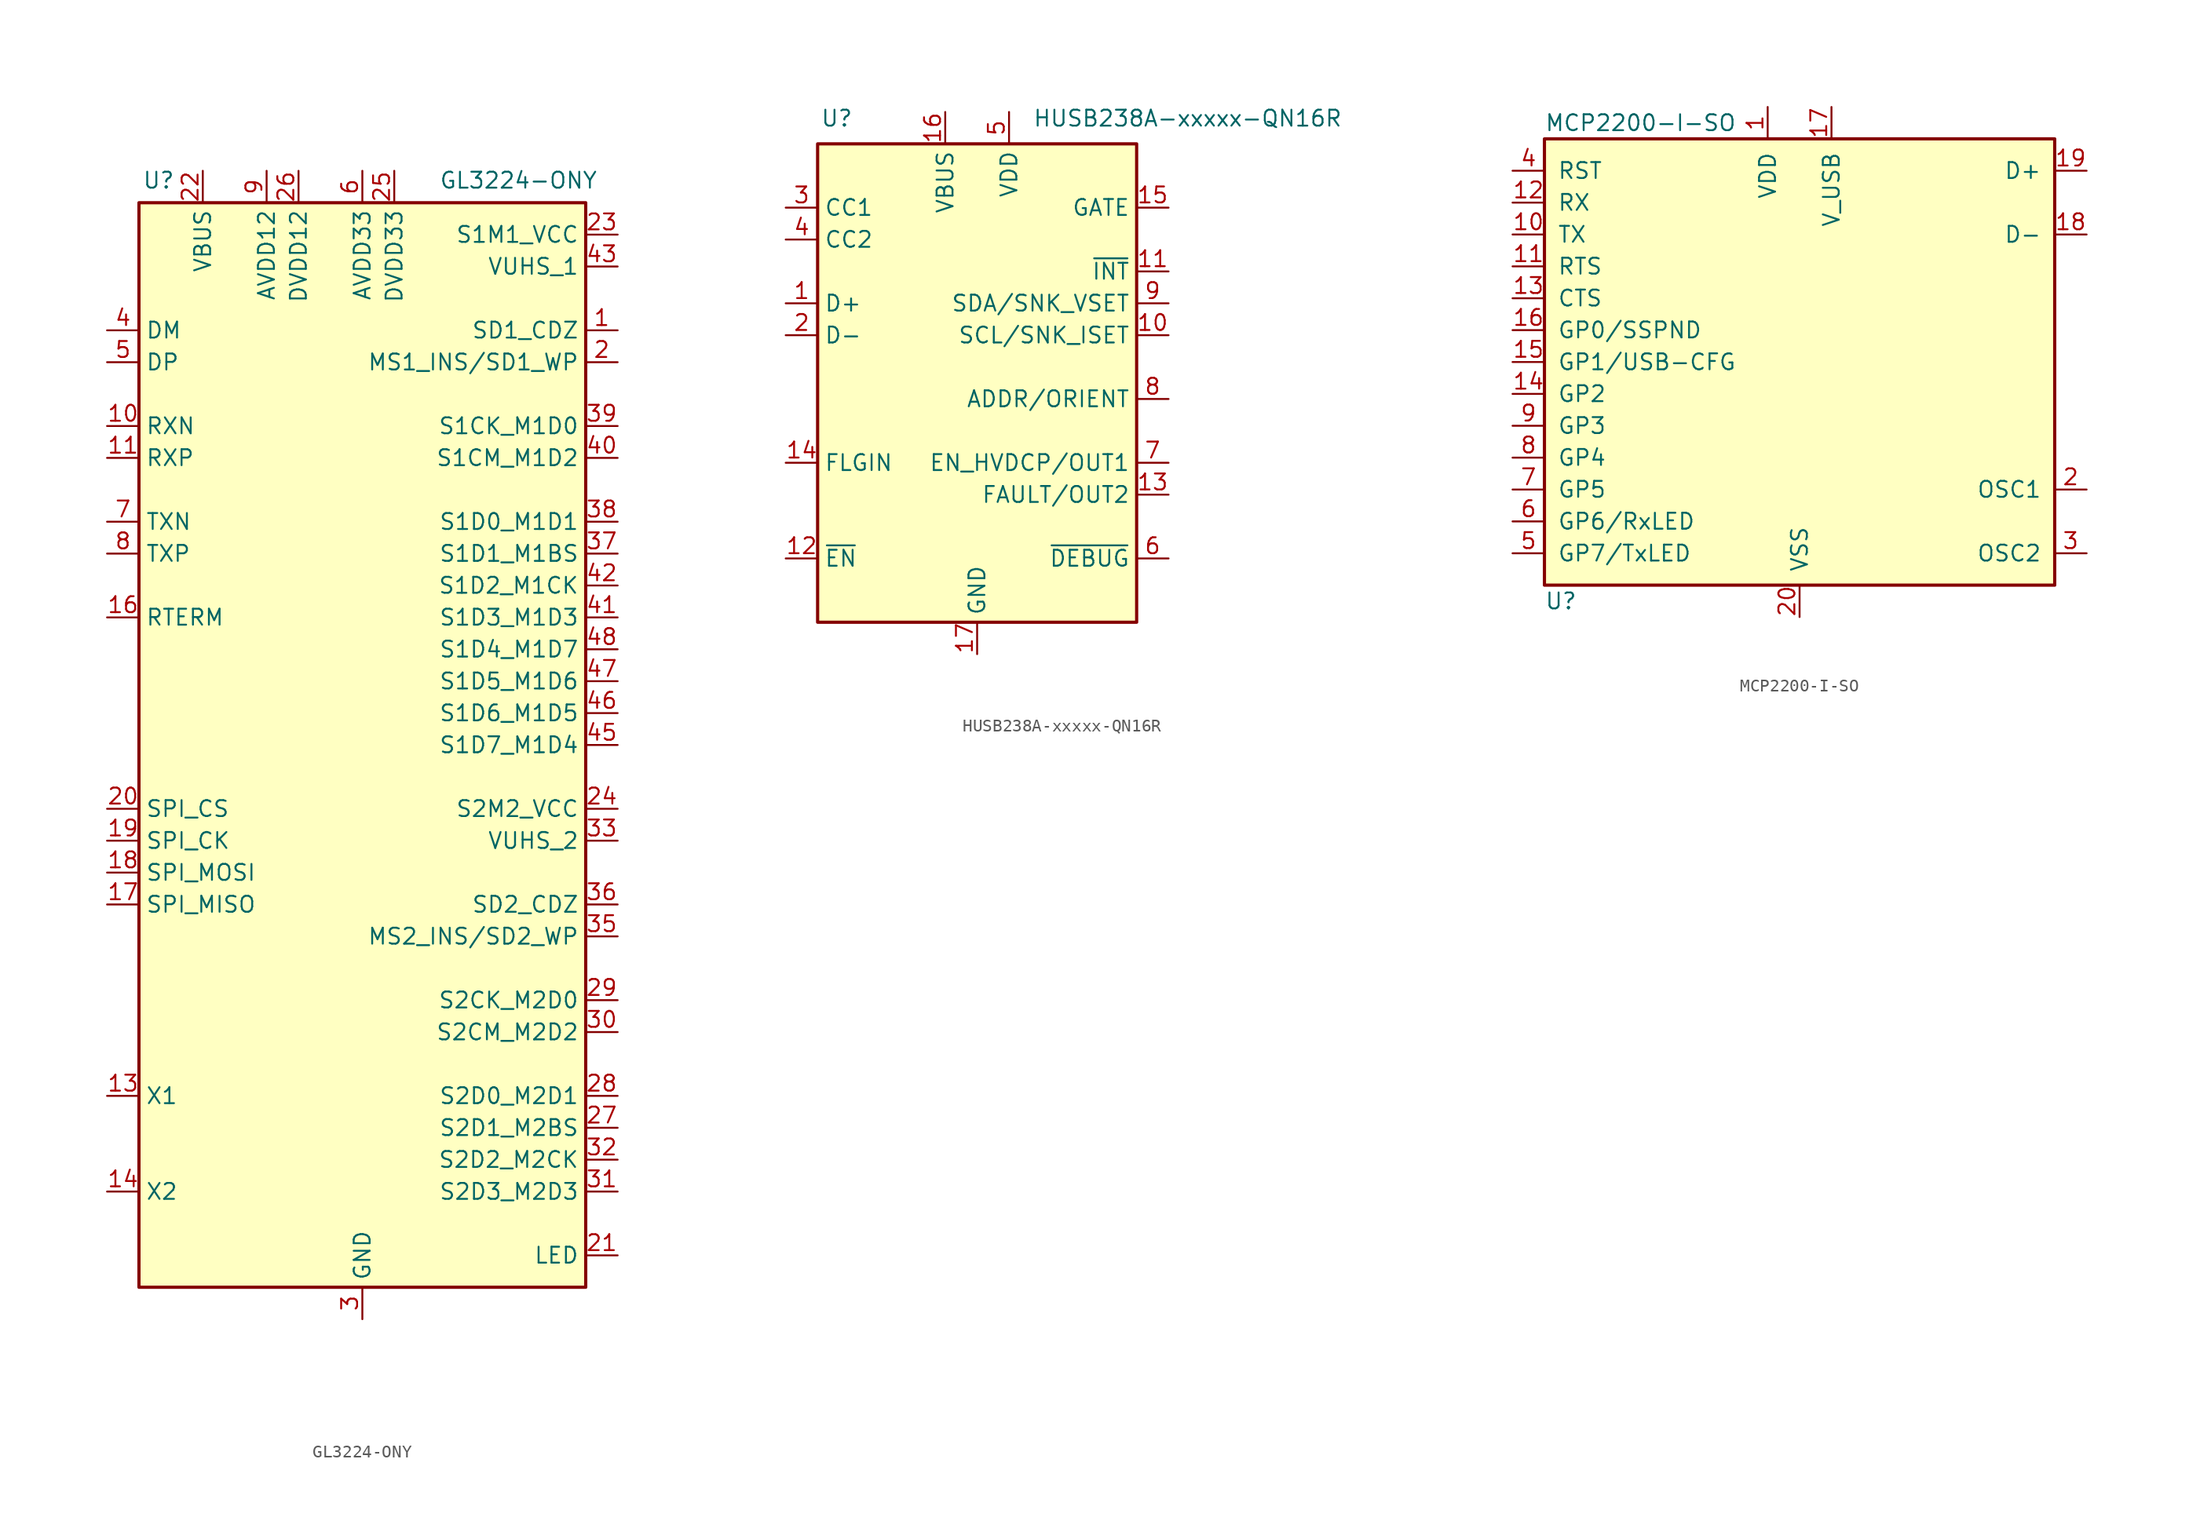
<source format=kicad_sym>
(kicad_symbol_lib
  (version 20241209)
  (generator "kicad_symbol_editor")
  (generator_version "9.0")
  (symbol "GL3224-ONY"
    (property "Reference" "U"
      (at -17.526 44.958 0)
      (effects (font (size 1.27 1.27)) (justify left)))
    (property "Value" "GL3224-ONY"
      (at 6.096 44.958 0)
      (effects (font (size 1.27 1.27)) (justify left)))
    (symbol "GL3224-ONY_1_1"
      (rectangle (start -17.78 43.18) (end 17.78 -43.18) (stroke (width 0.254) (type default)) (fill (type background)))
      (pin bidirectional line (at -20.32 33.02 0) (length 2.54) (name "DM" (effects (font (size 1.27 1.27)))) (number "4" (effects (font (size 1.27 1.27)))))
      (pin bidirectional line (at -20.32 30.48 0) (length 2.54) (name "DP" (effects (font (size 1.27 1.27)))) (number "5" (effects (font (size 1.27 1.27)))))
      (pin input line (at -20.32 25.4 0) (length 2.54) (name "RXN" (effects (font (size 1.27 1.27)))) (number "10" (effects (font (size 1.27 1.27)))))
      (pin input line (at -20.32 22.86 0) (length 2.54) (name "RXP" (effects (font (size 1.27 1.27)))) (number "11" (effects (font (size 1.27 1.27)))))
      (pin output line (at -20.32 17.78 0) (length 2.54) (name "TXN" (effects (font (size 1.27 1.27)))) (number "7" (effects (font (size 1.27 1.27)))))
      (pin output line (at -20.32 15.24 0) (length 2.54) (name "TXP" (effects (font (size 1.27 1.27)))) (number "8" (effects (font (size 1.27 1.27)))))
      (pin passive line (at -20.32 10.16 0) (length 2.54) (name "RTERM" (effects (font (size 1.27 1.27)))) (number "16" (effects (font (size 1.27 1.27)))))
      (pin output line (at -20.32 -5.08 0) (length 2.54) (name "SPI_CS" (effects (font (size 1.27 1.27)))) (number "20" (effects (font (size 1.27 1.27)))))
      (pin output line (at -20.32 -7.62 0) (length 2.54) (name "SPI_CK" (effects (font (size 1.27 1.27)))) (number "19" (effects (font (size 1.27 1.27)))))
      (pin output line (at -20.32 -10.16 0) (length 2.54) (name "SPI_MOSI" (effects (font (size 1.27 1.27)))) (number "18" (effects (font (size 1.27 1.27)))))
      (pin input line (at -20.32 -12.7 0) (length 2.54) (name "SPI_MISO" (effects (font (size 1.27 1.27)))) (number "17" (effects (font (size 1.27 1.27)))))
      (pin input line (at -20.32 -27.94 0) (length 2.54) (name "X1" (effects (font (size 1.27 1.27)))) (number "13" (effects (font (size 1.27 1.27)))))
      (pin output line (at -20.32 -35.56 0) (length 2.54) (name "X2" (effects (font (size 1.27 1.27)))) (number "14" (effects (font (size 1.27 1.27)))))
      (pin power_in line (at -12.7 45.72 270) (length 2.54) (name "VBUS" (effects (font (size 1.27 1.27)))) (number "22" (effects (font (size 1.27 1.27)))))
      (pin power_in line (at -7.62 45.72 270) (length 2.54) (name "AVDD12" (effects (font (size 1.27 1.27)))) (number "9" (effects (font (size 1.27 1.27)))))
      (pin passive line (at -5.08 45.72 270) (length 2.54) (name "DVDD12" (effects (font (size 1.27 1.27)))) (number "26" (effects (font (size 1.27 1.27)))))
      (pin passive line (at 0 45.72 270) (length 2.54) (hide yes) (name "AVDD33" (effects (font (size 1.27 1.27)))) (number "15" (effects (font (size 1.27 1.27)))))
      (pin power_in line (at 0 45.72 270) (length 2.54) (name "AVDD33" (effects (font (size 1.27 1.27)))) (number "6" (effects (font (size 1.27 1.27)))))
      (pin passive line (at 0 -45.72 90) (length 2.54) (hide yes) (name "GND" (effects (font (size 1.27 1.27)))) (number "12" (effects (font (size 1.27 1.27)))))
      (pin power_in line (at 0 -45.72 90) (length 2.54) (name "GND" (effects (font (size 1.27 1.27)))) (number "3" (effects (font (size 1.27 1.27)))))
      (pin passive line (at 0 -45.72 90) (length 2.54) (hide yes) (name "GND" (effects (font (size 1.27 1.27)))) (number "49" (effects (font (size 1.27 1.27)))))
      (pin passive line (at 2.54 45.72 270) (length 2.54) (name "DVDD33" (effects (font (size 1.27 1.27)))) (number "25" (effects (font (size 1.27 1.27)))))
      (pin passive line (at 2.54 45.72 270) (length 2.54) (hide yes) (name "DVDD33" (effects (font (size 1.27 1.27)))) (number "34" (effects (font (size 1.27 1.27)))))
      (pin passive line (at 2.54 45.72 270) (length 2.54) (hide yes) (name "DVDD33" (effects (font (size 1.27 1.27)))) (number "44" (effects (font (size 1.27 1.27)))))
      (pin power_out line (at 20.32 40.64 180) (length 2.54) (name "S1M1_VCC" (effects (font (size 1.27 1.27)))) (number "23" (effects (font (size 1.27 1.27)))))
      (pin power_out line (at 20.32 38.1 180) (length 2.54) (name "VUHS_1" (effects (font (size 1.27 1.27)))) (number "43" (effects (font (size 1.27 1.27)))))
      (pin input line (at 20.32 33.02 180) (length 2.54) (name "SD1_CDZ" (effects (font (size 1.27 1.27)))) (number "1" (effects (font (size 1.27 1.27)))))
      (pin input line (at 20.32 30.48 180) (length 2.54) (name "MS1_INS/SD1_WP" (effects (font (size 1.27 1.27)))) (number "2" (effects (font (size 1.27 1.27)))))
      (pin bidirectional line (at 20.32 25.4 180) (length 2.54) (name "S1CK_M1D0" (effects (font (size 1.27 1.27)))) (number "39" (effects (font (size 1.27 1.27)))))
      (pin bidirectional line (at 20.32 22.86 180) (length 2.54) (name "S1CM_M1D2" (effects (font (size 1.27 1.27)))) (number "40" (effects (font (size 1.27 1.27)))))
      (pin bidirectional line (at 20.32 17.78 180) (length 2.54) (name "S1D0_M1D1" (effects (font (size 1.27 1.27)))) (number "38" (effects (font (size 1.27 1.27)))))
      (pin bidirectional line (at 20.32 15.24 180) (length 2.54) (name "S1D1_M1BS" (effects (font (size 1.27 1.27)))) (number "37" (effects (font (size 1.27 1.27)))))
      (pin bidirectional line (at 20.32 12.7 180) (length 2.54) (name "S1D2_M1CK" (effects (font (size 1.27 1.27)))) (number "42" (effects (font (size 1.27 1.27)))))
      (pin bidirectional line (at 20.32 10.16 180) (length 2.54) (name "S1D3_M1D3" (effects (font (size 1.27 1.27)))) (number "41" (effects (font (size 1.27 1.27)))))
      (pin bidirectional line (at 20.32 7.62 180) (length 2.54) (name "S1D4_M1D7" (effects (font (size 1.27 1.27)))) (number "48" (effects (font (size 1.27 1.27)))))
      (pin bidirectional line (at 20.32 5.08 180) (length 2.54) (name "S1D5_M1D6" (effects (font (size 1.27 1.27)))) (number "47" (effects (font (size 1.27 1.27)))))
      (pin bidirectional line (at 20.32 2.54 180) (length 2.54) (name "S1D6_M1D5" (effects (font (size 1.27 1.27)))) (number "46" (effects (font (size 1.27 1.27)))))
      (pin bidirectional line (at 20.32 0 180) (length 2.54) (name "S1D7_M1D4" (effects (font (size 1.27 1.27)))) (number "45" (effects (font (size 1.27 1.27)))))
      (pin power_out line (at 20.32 -5.08 180) (length 2.54) (name "S2M2_VCC" (effects (font (size 1.27 1.27)))) (number "24" (effects (font (size 1.27 1.27)))))
      (pin power_out line (at 20.32 -7.62 180) (length 2.54) (name "VUHS_2" (effects (font (size 1.27 1.27)))) (number "33" (effects (font (size 1.27 1.27)))))
      (pin input line (at 20.32 -12.7 180) (length 2.54) (name "SD2_CDZ" (effects (font (size 1.27 1.27)))) (number "36" (effects (font (size 1.27 1.27)))))
      (pin input line (at 20.32 -15.24 180) (length 2.54) (name "MS2_INS/SD2_WP" (effects (font (size 1.27 1.27)))) (number "35" (effects (font (size 1.27 1.27)))))
      (pin bidirectional line (at 20.32 -20.32 180) (length 2.54) (name "S2CK_M2D0" (effects (font (size 1.27 1.27)))) (number "29" (effects (font (size 1.27 1.27)))))
      (pin bidirectional line (at 20.32 -22.86 180) (length 2.54) (name "S2CM_M2D2" (effects (font (size 1.27 1.27)))) (number "30" (effects (font (size 1.27 1.27)))))
      (pin bidirectional line (at 20.32 -27.94 180) (length 2.54) (name "S2D0_M2D1" (effects (font (size 1.27 1.27)))) (number "28" (effects (font (size 1.27 1.27)))))
      (pin bidirectional line (at 20.32 -30.48 180) (length 2.54) (name "S2D1_M2BS" (effects (font (size 1.27 1.27)))) (number "27" (effects (font (size 1.27 1.27)))))
      (pin bidirectional line (at 20.32 -33.02 180) (length 2.54) (name "S2D2_M2CK" (effects (font (size 1.27 1.27)))) (number "32" (effects (font (size 1.27 1.27)))))
      (pin bidirectional line (at 20.32 -35.56 180) (length 2.54) (name "S2D3_M2D3" (effects (font (size 1.27 1.27)))) (number "31" (effects (font (size 1.27 1.27)))))
      (pin output line (at 20.32 -40.64 180) (length 2.54) (name "LED" (effects (font (size 1.27 1.27)))) (number "21" (effects (font (size 1.27 1.27)))))))
  (symbol "HUSB238A-xxxxx-QN16R"
    (property "Reference" "U"
      (at -11.176 22.352 0)
      (effects (font (size 1.27 1.27))))
    (property "Value" "HUSB238A-xxxxx-QN16R"
      (at 16.764 22.352 0)
      (effects (font (size 1.27 1.27))))
    (symbol "HUSB238A-xxxxx-QN16R_1_1"
      (rectangle (start -12.7 20.32) (end 12.7 -17.78) (stroke (width 0.254) (type default)) (fill (type background)))
      (pin bidirectional line (at -15.24 15.24 0) (length 2.54) (name "CC1" (effects (font (size 1.27 1.27)))) (number "3" (effects (font (size 1.27 1.27)))))
      (pin bidirectional line (at -15.24 12.7 0) (length 2.54) (name "CC2" (effects (font (size 1.27 1.27)))) (number "4" (effects (font (size 1.27 1.27)))))
      (pin bidirectional line (at -15.24 7.62 0) (length 2.54) (name "D+" (effects (font (size 1.27 1.27)))) (number "1" (effects (font (size 1.27 1.27)))))
      (pin bidirectional line (at -15.24 5.08 0) (length 2.54) (name "D-" (effects (font (size 1.27 1.27)))) (number "2" (effects (font (size 1.27 1.27)))))
      (pin input line (at -15.24 -5.08 0) (length 2.54) (name "FLGIN" (effects (font (size 1.27 1.27)))) (number "14" (effects (font (size 1.27 1.27)))))
      (pin input line (at -15.24 -12.7 0) (length 2.54) (name "~{EN}" (effects (font (size 1.27 1.27)))) (number "12" (effects (font (size 1.27 1.27)))))
      (pin power_in line (at -2.54 22.86 270) (length 2.54) (name "VBUS" (effects (font (size 1.27 1.27)))) (number "16" (effects (font (size 1.27 1.27)))))
      (pin power_in line (at 0 -20.32 90) (length 2.54) (name "GND" (effects (font (size 1.27 1.27)))) (number "17" (effects (font (size 1.27 1.27)))))
      (pin power_in line (at 2.54 22.86 270) (length 2.54) (name "VDD" (effects (font (size 1.27 1.27)))) (number "5" (effects (font (size 1.27 1.27)))))
      (pin open_collector line (at 15.24 15.24 180) (length 2.54) (name "GATE" (effects (font (size 1.27 1.27)))) (number "15" (effects (font (size 1.27 1.27)))))
      (pin open_collector line (at 15.24 10.16 180) (length 2.54) (name "~{INT}" (effects (font (size 1.27 1.27)))) (number "11" (effects (font (size 1.27 1.27)))))
      (pin bidirectional line (at 15.24 7.62 180) (length 2.54) (name "SDA/SNK_VSET" (effects (font (size 1.27 1.27)))) (number "9" (effects (font (size 1.27 1.27)))) (alternate "SDA" bidirectional line) (alternate "SNK_VSET" input line))
      (pin input line (at 15.24 5.08 180) (length 2.54) (name "SCL/SNK_ISET" (effects (font (size 1.27 1.27)))) (number "10" (effects (font (size 1.27 1.27)))) (alternate "SCL" input line) (alternate "SNK_ISET" input line))
      (pin bidirectional line (at 15.24 0 180) (length 2.54) (name "ADDR/ORIENT" (effects (font (size 1.27 1.27)))) (number "8" (effects (font (size 1.27 1.27)))))
      (pin bidirectional line (at 15.24 -5.08 180) (length 2.54) (name "EN_HVDCP/OUT1" (effects (font (size 1.27 1.27)))) (number "7" (effects (font (size 1.27 1.27)))))
      (pin output line (at 15.24 -7.62 180) (length 2.54) (name "FAULT/OUT2" (effects (font (size 1.27 1.27)))) (number "13" (effects (font (size 1.27 1.27)))) (alternate "FAULT" output line) (alternate "OUT2" output line))
      (pin output line (at 15.24 -12.7 180) (length 2.54) (name "~{DEBUG}" (effects (font (size 1.27 1.27)))) (number "6" (effects (font (size 1.27 1.27)))))))
  (symbol "MCP2200-I-SO"
    (pin_names
      (offset 1.016))
    (property "Reference" "U"
      (at -20.32 -19.05 0)
      (effects (font (size 1.27 1.27)) (justify left)))
    (property "Value" "MCP2200-I-SO"
      (at -20.32 19.05 0)
      (effects (font (size 1.27 1.27)) (justify left)))
    (symbol "MCP2200-I-SO_0_1"
      (rectangle (start -20.32 17.78) (end 20.32 -17.78) (stroke (width 0.254) (type default)) (fill (type background))))
    (symbol "MCP2200-I-SO_1_1"
      (pin input line (at -22.86 15.24 0) (length 2.54) (name "RST" (effects (font (size 1.27 1.27)))) (number "4" (effects (font (size 1.27 1.27)))))
      (pin input line (at -22.86 12.7 0) (length 2.54) (name "RX" (effects (font (size 1.27 1.27)))) (number "12" (effects (font (size 1.27 1.27)))))
      (pin output line (at -22.86 10.16 0) (length 2.54) (name "TX" (effects (font (size 1.27 1.27)))) (number "10" (effects (font (size 1.27 1.27)))))
      (pin output line (at -22.86 7.62 0) (length 2.54) (name "RTS" (effects (font (size 1.27 1.27)))) (number "11" (effects (font (size 1.27 1.27)))))
      (pin input line (at -22.86 5.08 0) (length 2.54) (name "CTS" (effects (font (size 1.27 1.27)))) (number "13" (effects (font (size 1.27 1.27)))))
      (pin bidirectional line (at -22.86 2.54 0) (length 2.54) (name "GP0/SSPND" (effects (font (size 1.27 1.27)))) (number "16" (effects (font (size 1.27 1.27)))))
      (pin bidirectional line (at -22.86 0 0) (length 2.54) (name "GP1/USB-CFG" (effects (font (size 1.27 1.27)))) (number "15" (effects (font (size 1.27 1.27)))))
      (pin bidirectional line (at -22.86 -2.54 0) (length 2.54) (name "GP2" (effects (font (size 1.27 1.27)))) (number "14" (effects (font (size 1.27 1.27)))))
      (pin bidirectional line (at -22.86 -5.08 0) (length 2.54) (name "GP3" (effects (font (size 1.27 1.27)))) (number "9" (effects (font (size 1.27 1.27)))))
      (pin bidirectional line (at -22.86 -7.62 0) (length 2.54) (name "GP4" (effects (font (size 1.27 1.27)))) (number "8" (effects (font (size 1.27 1.27)))))
      (pin bidirectional line (at -22.86 -10.16 0) (length 2.54) (name "GP5" (effects (font (size 1.27 1.27)))) (number "7" (effects (font (size 1.27 1.27)))))
      (pin bidirectional line (at -22.86 -12.7 0) (length 2.54) (name "GP6/RxLED" (effects (font (size 1.27 1.27)))) (number "6" (effects (font (size 1.27 1.27)))))
      (pin bidirectional line (at -22.86 -15.24 0) (length 2.54) (name "GP7/TxLED" (effects (font (size 1.27 1.27)))) (number "5" (effects (font (size 1.27 1.27)))))
      (pin power_in line (at -2.54 20.32 270) (length 2.54) (name "VDD" (effects (font (size 1.27 1.27)))) (number "1" (effects (font (size 1.27 1.27)))))
      (pin power_in line (at 0 -20.32 90) (length 2.54) (name "VSS" (effects (font (size 1.27 1.27)))) (number "20" (effects (font (size 1.27 1.27)))))
      (pin power_in line (at 2.54 20.32 270) (length 2.54) (name "V_USB" (effects (font (size 1.27 1.27)))) (number "17" (effects (font (size 1.27 1.27)))))
      (pin bidirectional line (at 22.86 15.24 180) (length 2.54) (name "D+" (effects (font (size 1.27 1.27)))) (number "19" (effects (font (size 1.27 1.27)))))
      (pin bidirectional line (at 22.86 10.16 180) (length 2.54) (name "D-" (effects (font (size 1.27 1.27)))) (number "18" (effects (font (size 1.27 1.27)))))
      (pin input line (at 22.86 -10.16 180) (length 2.54) (name "OSC1" (effects (font (size 1.27 1.27)))) (number "2" (effects (font (size 1.27 1.27)))))
      (pin output line (at 22.86 -15.24 180) (length 2.54) (name "OSC2" (effects (font (size 1.27 1.27)))) (number "3" (effects (font (size 1.27 1.27))))))))
</source>
